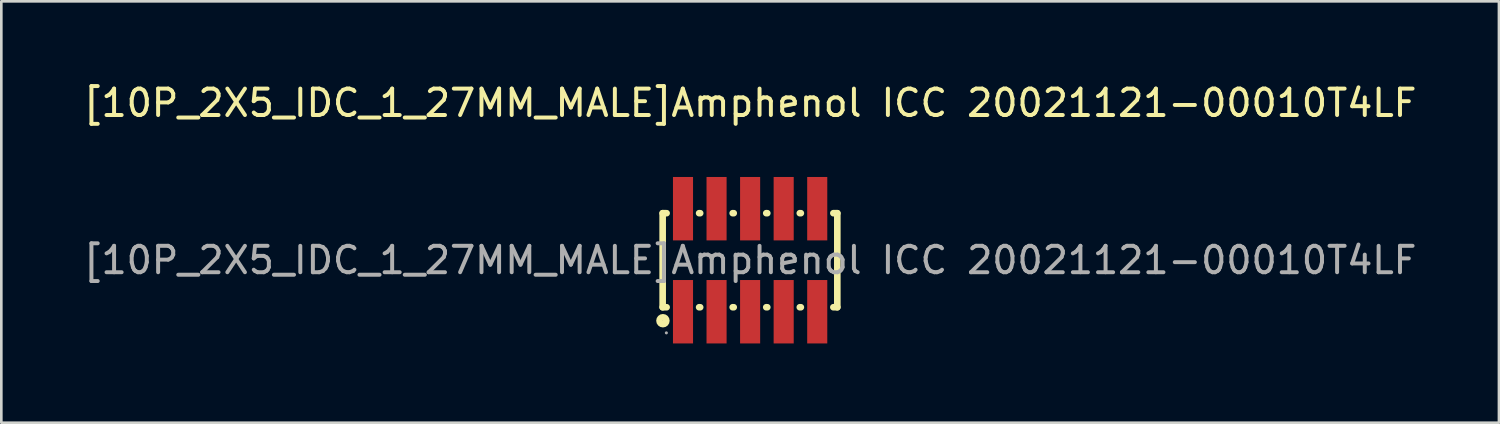
<source format=kicad_pcb>
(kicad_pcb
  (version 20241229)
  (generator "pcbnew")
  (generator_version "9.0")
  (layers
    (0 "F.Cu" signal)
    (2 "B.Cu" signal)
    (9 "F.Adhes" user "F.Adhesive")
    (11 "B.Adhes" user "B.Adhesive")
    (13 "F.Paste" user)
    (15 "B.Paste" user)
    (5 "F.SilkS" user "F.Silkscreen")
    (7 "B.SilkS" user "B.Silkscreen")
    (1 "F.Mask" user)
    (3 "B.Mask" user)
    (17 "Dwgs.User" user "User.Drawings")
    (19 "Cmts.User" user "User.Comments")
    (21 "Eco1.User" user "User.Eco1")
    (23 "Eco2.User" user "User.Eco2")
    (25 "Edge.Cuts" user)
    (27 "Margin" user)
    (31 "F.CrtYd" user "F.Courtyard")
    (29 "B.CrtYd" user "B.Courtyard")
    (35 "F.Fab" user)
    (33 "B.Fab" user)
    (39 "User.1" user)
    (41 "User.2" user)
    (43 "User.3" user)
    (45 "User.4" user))
  (footprint "[10P_2X5_IDC_1_27MM_MALE]Amphenol ICC 20021121-00010T4LF"
    (layer "F.Cu")
    (at 25.339 6.798)
    (property "Reference" "[10P_2X5_IDC_1_27MM_MALE]Amphenol ICC 20021121-00010T4LF" (at 0 -5.95 0) (layer "F.SilkS") (effects (font (size 1 1) (thickness 0.15))))
    (attr smd)
    (fp_line (start -3.31 -1.78) (end -3.16 -1.78) (stroke (width 0.25) (type solid)) (layer "F.SilkS"))
    (fp_line (start -3.31 1.78) (end -3.31 -1.78) (stroke (width 0.25) (type solid)) (layer "F.SilkS"))
    (fp_line (start -3.16 1.78) (end -3.31 1.78) (stroke (width 0.25) (type solid)) (layer "F.SilkS"))
    (fp_line (start -1.93 -1.78) (end -1.89 -1.78) (stroke (width 0.25) (type solid)) (layer "F.SilkS"))
    (fp_line (start -1.89 1.78) (end -1.93 1.78) (stroke (width 0.25) (type solid)) (layer "F.SilkS"))
    (fp_line (start -0.66 -1.78) (end -0.62 -1.78) (stroke (width 0.25) (type solid)) (layer "F.SilkS"))
    (fp_line (start -0.62 1.78) (end -0.66 1.78) (stroke (width 0.25) (type solid)) (layer "F.SilkS"))
    (fp_line (start 0.61 -1.78) (end 0.65 -1.78) (stroke (width 0.25) (type solid)) (layer "F.SilkS"))
    (fp_line (start 0.65 1.78) (end 0.61 1.78) (stroke (width 0.25) (type solid)) (layer "F.SilkS"))
    (fp_line (start 1.88 -1.78) (end 1.92 -1.78) (stroke (width 0.25) (type solid)) (layer "F.SilkS"))
    (fp_line (start 1.92 1.78) (end 1.88 1.78) (stroke (width 0.25) (type solid)) (layer "F.SilkS"))
    (fp_line (start 3.15 -1.78) (end 3.3 -1.78) (stroke (width 0.25) (type solid)) (layer "F.SilkS"))
    (fp_line (start 3.3 -1.78) (end 3.3 1.78) (stroke (width 0.25) (type solid)) (layer "F.SilkS"))
    (fp_line (start 3.3 1.78) (end 3.15 1.78) (stroke (width 0.25) (type solid)) (layer "F.SilkS"))
    (fp_circle (center -3.3 2.29) (end -3.17 2.29) (stroke (width 0.25) (type solid)) (fill no) (layer "F.SilkS"))
    (fp_circle (center -3.17 2.75) (end -3.14 2.75) (stroke (width 0.06) (type solid)) (fill no) (layer "F.Fab"))
    (fp_text user "${REFERENCE}" (at 0 0 0) (layer "F.Fab") (effects (font (size 1 1) (thickness 0.15))))
    (pad "1" smd rect (at -2.54 1.95) (size 0.76 2.4) (layers "F.Cu" "F.Mask" "F.Paste"))
    (pad "2" smd rect (at -2.54 -1.95) (size 0.76 2.4) (layers "F.Cu" "F.Mask" "F.Paste"))
    (pad "3" smd rect (at -1.27 1.95) (size 0.76 2.4) (layers "F.Cu" "F.Mask" "F.Paste"))
    (pad "4" smd rect (at -1.27 -1.95) (size 0.76 2.4) (layers "F.Cu" "F.Mask" "F.Paste"))
    (pad "5" smd rect (at 0 1.95) (size 0.76 2.4) (layers "F.Cu" "F.Mask" "F.Paste"))
    (pad "6" smd rect (at 0 -1.95) (size 0.76 2.4) (layers "F.Cu" "F.Mask" "F.Paste"))
    (pad "7" smd rect (at 1.27 1.95) (size 0.76 2.4) (layers "F.Cu" "F.Mask" "F.Paste"))
    (pad "8" smd rect (at 1.27 -1.95) (size 0.76 2.4) (layers "F.Cu" "F.Mask" "F.Paste"))
    (pad "9" smd rect (at 2.54 1.95) (size 0.76 2.4) (layers "F.Cu" "F.Mask" "F.Paste"))
    (pad "10" smd rect (at 2.54 -1.95) (size 0.76 2.4) (layers "F.Cu" "F.Mask" "F.Paste")))
  (gr_rect
    (start -3 -3)
    (end 53.679 12.948)
    (stroke (width 0.1) (type default))
    (fill no)
    (layer "Edge.Cuts")))
</source>
